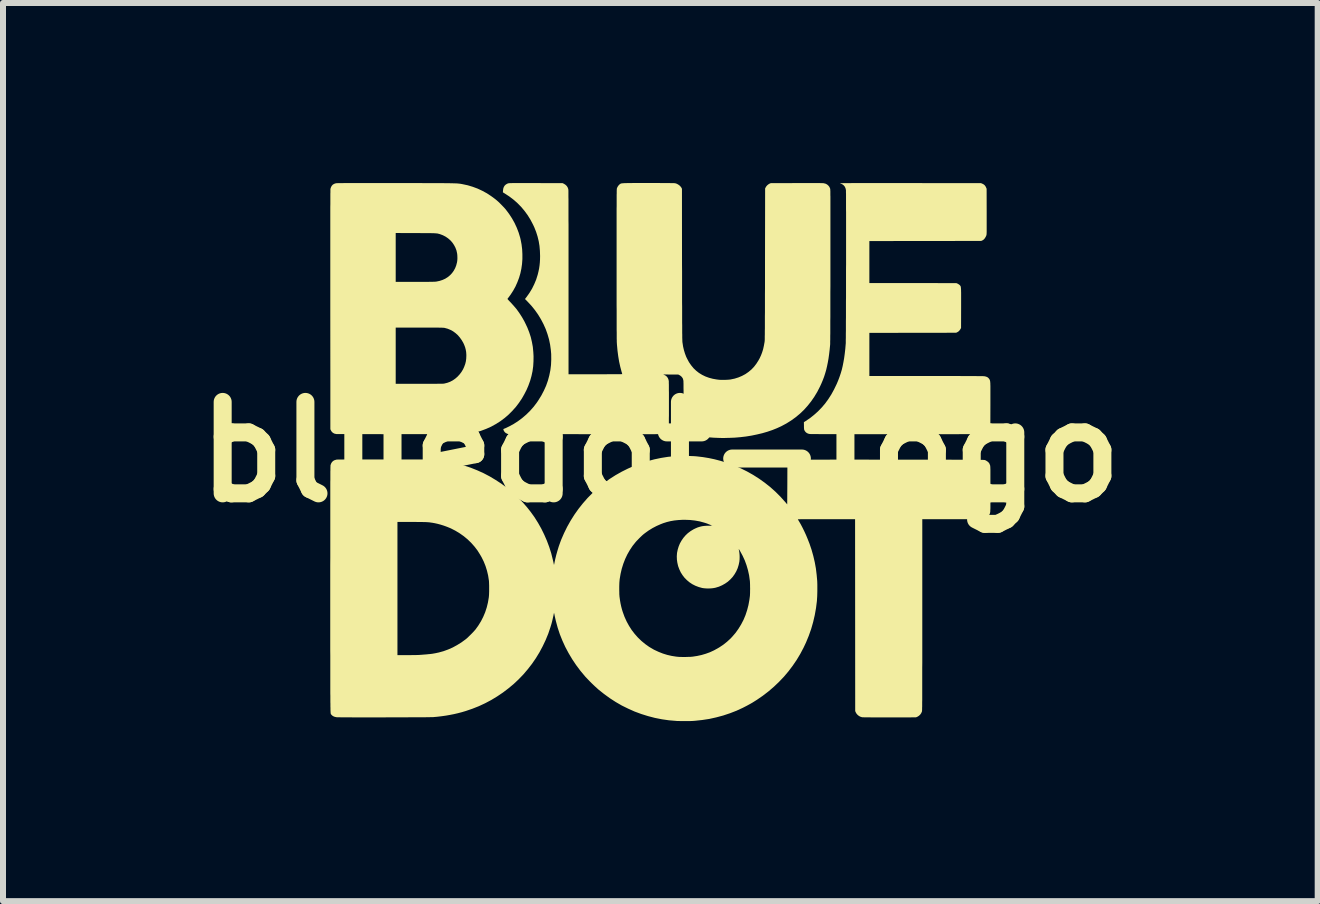
<source format=kicad_pcb>
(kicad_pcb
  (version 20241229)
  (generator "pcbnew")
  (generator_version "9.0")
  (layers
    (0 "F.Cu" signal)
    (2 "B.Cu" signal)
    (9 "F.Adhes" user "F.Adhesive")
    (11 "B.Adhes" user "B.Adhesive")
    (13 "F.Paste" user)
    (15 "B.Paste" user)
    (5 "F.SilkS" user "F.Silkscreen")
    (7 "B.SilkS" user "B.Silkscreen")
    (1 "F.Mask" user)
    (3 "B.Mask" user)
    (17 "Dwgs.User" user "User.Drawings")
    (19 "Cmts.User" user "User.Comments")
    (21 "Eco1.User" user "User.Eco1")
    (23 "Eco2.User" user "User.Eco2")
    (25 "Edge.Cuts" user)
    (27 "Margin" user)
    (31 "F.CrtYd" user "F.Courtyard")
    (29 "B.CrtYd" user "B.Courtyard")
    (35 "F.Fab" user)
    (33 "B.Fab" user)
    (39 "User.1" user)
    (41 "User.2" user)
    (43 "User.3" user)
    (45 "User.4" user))
  (footprint "bluedot-logo"
    (layer "F.Cu")
    (at 7.954 4.482)
    (property "Reference" "bluedot-logo" (at 0 0 0) (layer "F.SilkS") (effects (font (size 1.524 1.524) (thickness 0.3))))
    (attr board_only exclude_from_pos_files exclude_from_bom)
    (fp_poly (pts (xy 3.667 -4.481) (xy 3.745 -4.481) (xy 3.829 -4.481) (xy 3.919 -4.481) (xy 4.014 -4.481) (xy 4.116 -4.481) (xy 4.158 -4.481) (xy 5.343 -4.48) (xy 5.361 -4.473) (xy 5.385 -4.461) (xy 5.404 -4.446) (xy 5.419 -4.426) (xy 5.43 -4.403) (xy 5.437 -4.386) (xy 5.438 -4.008) (xy 5.438 -3.951) (xy 5.438 -3.899) (xy 5.438 -3.854) (xy 5.438 -3.813) (xy 5.438 -3.778) (xy 5.438 -3.747) (xy 5.438 -3.721) (xy 5.438 -3.699) (xy 5.438 -3.68) (xy 5.438 -3.664) (xy 5.437 -3.652) (xy 5.437 -3.641) (xy 5.436 -3.633) (xy 5.436 -3.626) (xy 5.435 -3.621) (xy 5.434 -3.617) (xy 5.434 -3.613) (xy 5.433 -3.61) (xy 5.432 -3.609) (xy 5.425 -3.592) (xy 5.415 -3.574) (xy 5.403 -3.556) (xy 5.391 -3.543) (xy 5.388 -3.54) (xy 5.378 -3.533) (xy 5.367 -3.526) (xy 5.362 -3.524) (xy 5.346 -3.517) (xy 4.414 -3.516) (xy 3.483 -3.515) (xy 3.483 -2.815) (xy 4.208 -2.815) (xy 4.933 -2.814) (xy 4.952 -2.806) (xy 4.971 -2.795) (xy 4.987 -2.783) (xy 4.991 -2.779) (xy 4.994 -2.775) (xy 4.997 -2.772) (xy 5 -2.768) (xy 5.003 -2.764) (xy 5.005 -2.758) (xy 5.006 -2.751) (xy 5.008 -2.742) (xy 5.009 -2.731) (xy 5.01 -2.717) (xy 5.011 -2.7) (xy 5.011 -2.68) (xy 5.012 -2.656) (xy 5.012 -2.628) (xy 5.012 -2.595) (xy 5.012 -2.558) (xy 5.012 -2.515) (xy 5.012 -2.466) (xy 5.012 -2.412) (xy 5.012 -2.4) (xy 5.011 -2.068) (xy 5.002 -2.05) (xy 4.988 -2.029) (xy 4.97 -2.01) (xy 4.95 -1.997) (xy 4.947 -1.996) (xy 4.929 -1.987) (xy 4.206 -1.986) (xy 3.483 -1.985) (xy 3.483 -1.266) (xy 4.426 -1.266) (xy 4.518 -1.266) (xy 4.607 -1.266) (xy 4.692 -1.266) (xy 4.773 -1.266) (xy 4.849 -1.266) (xy 4.922 -1.266) (xy 4.99 -1.266) (xy 5.053 -1.265) (xy 5.112 -1.265) (xy 5.165 -1.265) (xy 5.214 -1.265) (xy 5.257 -1.265) (xy 5.294 -1.264) (xy 5.326 -1.264) (xy 5.352 -1.264) (xy 5.373 -1.264) (xy 5.387 -1.263) (xy 5.395 -1.263) (xy 5.396 -1.263) (xy 5.424 -1.257) (xy 5.448 -1.248) (xy 5.467 -1.233) (xy 5.482 -1.215) (xy 5.486 -1.207) (xy 5.488 -1.203) (xy 5.49 -1.199) (xy 5.492 -1.194) (xy 5.493 -1.189) (xy 5.495 -1.182) (xy 5.496 -1.174) (xy 5.497 -1.165) (xy 5.498 -1.153) (xy 5.499 -1.139) (xy 5.499 -1.122) (xy 5.5 -1.102) (xy 5.5 -1.078) (xy 5.5 -1.05) (xy 5.5 -1.018) (xy 5.5 -0.982) (xy 5.5 -0.94) (xy 5.5 -0.893) (xy 5.5 -0.84) (xy 5.5 -0.781) (xy 5.5 -0.779) (xy 5.499 -0.404) (xy 5.488 -0.389) (xy 5.482 -0.38) (xy 5.479 -0.373) (xy 5.478 -0.37) (xy 5.476 -0.363) (xy 5.471 -0.353) (xy 5.465 -0.341) (xy 5.458 -0.331) (xy 5.453 -0.325) (xy 5.437 -0.314) (xy 5.415 -0.305) (xy 5.39 -0.3) (xy 5.389 -0.299) (xy 5.384 -0.299) (xy 5.373 -0.299) (xy 5.356 -0.299) (xy 5.333 -0.299) (xy 5.304 -0.298) (xy 5.271 -0.298) (xy 5.232 -0.298) (xy 5.189 -0.298) (xy 5.141 -0.298) (xy 5.089 -0.298) (xy 5.033 -0.298) (xy 4.973 -0.297) (xy 4.91 -0.297) (xy 4.844 -0.297) (xy 4.775 -0.297) (xy 4.703 -0.297) (xy 4.629 -0.297) (xy 4.552 -0.297) (xy 4.474 -0.297) (xy 4.394 -0.297) (xy 4.312 -0.297) (xy 4.23 -0.297) (xy 4.147 -0.297) (xy 4.062 -0.297) (xy 3.978 -0.297) (xy 3.894 -0.297) (xy 3.809 -0.297) (xy 3.725 -0.297) (xy 3.642 -0.297) (xy 3.559 -0.297) (xy 3.478 -0.297) (xy 3.398 -0.297) (xy 3.32 -0.297) (xy 3.244 -0.297) (xy 3.169 -0.297) (xy 3.098 -0.297) (xy 3.029 -0.297) (xy 2.963 -0.297) (xy 2.9 -0.298) (xy 2.841 -0.298) (xy 2.785 -0.298) (xy 2.733 -0.298) (xy 2.686 -0.298) (xy 2.643 -0.298) (xy 2.604 -0.299) (xy 2.571 -0.299) (xy 2.543 -0.299) (xy 2.521 -0.299) (xy 2.504 -0.299) (xy 2.493 -0.3) (xy 2.489 -0.3) (xy 2.462 -0.306) (xy 2.438 -0.318) (xy 2.419 -0.334) (xy 2.405 -0.354) (xy 2.403 -0.357) (xy 2.4 -0.364) (xy 2.397 -0.37) (xy 2.396 -0.377) (xy 2.395 -0.385) (xy 2.394 -0.396) (xy 2.393 -0.412) (xy 2.393 -0.432) (xy 2.393 -0.436) (xy 2.392 -0.497) (xy 2.419 -0.514) (xy 2.493 -0.564) (xy 2.562 -0.619) (xy 2.627 -0.677) (xy 2.688 -0.74) (xy 2.746 -0.808) (xy 2.799 -0.881) (xy 2.849 -0.959) (xy 2.895 -1.043) (xy 2.911 -1.076) (xy 2.939 -1.134) (xy 2.963 -1.191) (xy 2.985 -1.249) (xy 3.005 -1.308) (xy 3.023 -1.368) (xy 3.038 -1.431) (xy 3.051 -1.497) (xy 3.063 -1.566) (xy 3.073 -1.64) (xy 3.082 -1.718) (xy 3.089 -1.803) (xy 3.089 -1.805) (xy 3.09 -1.812) (xy 3.09 -1.825) (xy 3.09 -1.845) (xy 3.09 -1.869) (xy 3.091 -1.9) (xy 3.091 -1.935) (xy 3.091 -1.975) (xy 3.092 -2.02) (xy 3.092 -2.068) (xy 3.092 -2.121) (xy 3.092 -2.178) (xy 3.093 -2.238) (xy 3.093 -2.301) (xy 3.093 -2.367) (xy 3.093 -2.435) (xy 3.093 -2.506) (xy 3.094 -2.579) (xy 3.094 -2.654) (xy 3.094 -2.73) (xy 3.094 -2.807) (xy 3.094 -2.886) (xy 3.094 -2.965) (xy 3.094 -3.044) (xy 3.095 -3.124) (xy 3.095 -3.204) (xy 3.095 -3.283) (xy 3.095 -3.361) (xy 3.095 -3.439) (xy 3.095 -3.515) (xy 3.095 -3.59) (xy 3.095 -3.663) (xy 3.095 -3.734) (xy 3.095 -3.803) (xy 3.095 -3.869) (xy 3.095 -3.932) (xy 3.095 -3.992) (xy 3.094 -4.049) (xy 3.094 -4.101) (xy 3.094 -4.15) (xy 3.094 -4.195) (xy 3.094 -4.236) (xy 3.094 -4.271) (xy 3.094 -4.301) (xy 3.093 -4.327) (xy 3.093 -4.346) (xy 3.093 -4.36) (xy 3.092 -4.367) (xy 3.092 -4.368) (xy 3.085 -4.397) (xy 3.073 -4.422) (xy 3.058 -4.441) (xy 3.041 -4.455) (xy 3.022 -4.466) (xy 2.998 -4.475) (xy 2.994 -4.476) (xy 2.993 -4.476) (xy 2.992 -4.477) (xy 2.992 -4.477) (xy 2.992 -4.477) (xy 2.995 -4.478) (xy 2.998 -4.478) (xy 3.003 -4.478) (xy 3.01 -4.479) (xy 3.02 -4.479) (xy 3.031 -4.479) (xy 3.044 -4.48) (xy 3.061 -4.48) (xy 3.08 -4.48) (xy 3.102 -4.48) (xy 3.127 -4.48) (xy 3.155 -4.48) (xy 3.187 -4.481) (xy 3.223 -4.481) (xy 3.263 -4.481) (xy 3.307 -4.481) (xy 3.355 -4.481) (xy 3.407 -4.481) (xy 3.465 -4.481) (xy 3.527 -4.481) (xy 3.594 -4.481)) (stroke (width 0) (type solid)) (fill yes) (layer "F.SilkS"))
    (fp_poly (pts (xy -4.741 -4.481) (xy -4.653 -4.481) (xy -4.558 -4.481) (xy -4.457 -4.481) (xy -4.399 -4.481) (xy -4.303 -4.481) (xy -4.213 -4.481) (xy -4.13 -4.481) (xy -4.052 -4.481) (xy -3.98 -4.481) (xy -3.913 -4.48) (xy -3.852 -4.48) (xy -3.795 -4.48) (xy -3.743 -4.48) (xy -3.695 -4.48) (xy -3.652 -4.48) (xy -3.612 -4.48) (xy -3.576 -4.479) (xy -3.544 -4.479) (xy -3.515 -4.479) (xy -3.489 -4.478) (xy -3.466 -4.478) (xy -3.445 -4.477) (xy -3.427 -4.477) (xy -3.411 -4.476) (xy -3.397 -4.476) (xy -3.384 -4.475) (xy -3.373 -4.474) (xy -3.363 -4.473) (xy -3.353 -4.472) (xy -3.345 -4.471) (xy -3.337 -4.47) (xy -3.33 -4.469) (xy -3.322 -4.468) (xy -3.314 -4.466) (xy -3.306 -4.465) (xy -3.297 -4.463) (xy -3.292 -4.462) (xy -3.208 -4.444) (xy -3.126 -4.419) (xy -3.045 -4.389) (xy -2.966 -4.352) (xy -2.889 -4.31) (xy -2.815 -4.261) (xy -2.749 -4.212) (xy -2.727 -4.194) (xy -2.702 -4.172) (xy -2.676 -4.147) (xy -2.65 -4.121) (xy -2.625 -4.095) (xy -2.601 -4.07) (xy -2.581 -4.047) (xy -2.575 -4.04) (xy -2.521 -3.968) (xy -2.472 -3.893) (xy -2.429 -3.816) (xy -2.392 -3.736) (xy -2.361 -3.655) (xy -2.336 -3.572) (xy -2.328 -3.538) (xy -2.313 -3.46) (xy -2.303 -3.379) (xy -2.299 -3.297) (xy -2.299 -3.214) (xy -2.305 -3.132) (xy -2.316 -3.055) (xy -2.332 -2.979) (xy -2.354 -2.904) (xy -2.382 -2.83) (xy -2.414 -2.758) (xy -2.452 -2.689) (xy -2.494 -2.624) (xy -2.513 -2.598) (xy -2.523 -2.584) (xy -2.533 -2.571) (xy -2.541 -2.561) (xy -2.545 -2.555) (xy -2.547 -2.553) (xy -2.546 -2.55) (xy -2.543 -2.544) (xy -2.535 -2.535) (xy -2.524 -2.523) (xy -2.508 -2.506) (xy -2.501 -2.499) (xy -2.446 -2.439) (xy -2.395 -2.379) (xy -2.35 -2.316) (xy -2.308 -2.251) (xy -2.268 -2.181) (xy -2.254 -2.153) (xy -2.216 -2.073) (xy -2.185 -1.994) (xy -2.159 -1.914) (xy -2.14 -1.833) (xy -2.125 -1.751) (xy -2.117 -1.665) (xy -2.113 -1.596) (xy -2.114 -1.511) (xy -2.119 -1.428) (xy -2.13 -1.347) (xy -2.147 -1.268) (xy -2.169 -1.189) (xy -2.173 -1.178) (xy -2.199 -1.106) (xy -2.23 -1.034) (xy -2.267 -0.962) (xy -2.307 -0.892) (xy -2.351 -0.827) (xy -2.353 -0.823) (xy -2.407 -0.752) (xy -2.467 -0.685) (xy -2.53 -0.622) (xy -2.598 -0.564) (xy -2.669 -0.511) (xy -2.744 -0.464) (xy -2.822 -0.421) (xy -2.903 -0.385) (xy -2.986 -0.354) (xy -2.988 -0.353) (xy -3.031 -0.34) (xy -3.073 -0.329) (xy -3.116 -0.319) (xy -3.162 -0.311) (xy -3.213 -0.304) (xy -3.214 -0.304) (xy -3.218 -0.303) (xy -3.223 -0.303) (xy -3.229 -0.302) (xy -3.236 -0.302) (xy -3.243 -0.302) (xy -3.253 -0.301) (xy -3.264 -0.301) (xy -3.277 -0.3) (xy -3.291 -0.3) (xy -3.309 -0.3) (xy -3.328 -0.3) (xy -3.351 -0.299) (xy -3.376 -0.299) (xy -3.405 -0.299) (xy -3.437 -0.299) (xy -3.472 -0.299) (xy -3.511 -0.299) (xy -3.555 -0.298) (xy -3.602 -0.298) (xy -3.654 -0.298) (xy -3.711 -0.298) (xy -3.772 -0.298) (xy -3.839 -0.298) (xy -3.911 -0.298) (xy -3.988 -0.298) (xy -4.071 -0.298) (xy -4.16 -0.298) (xy -4.255 -0.298) (xy -4.321 -0.298) (xy -4.404 -0.298) (xy -4.485 -0.297) (xy -4.565 -0.297) (xy -4.642 -0.297) (xy -4.718 -0.298) (xy -4.79 -0.298) (xy -4.86 -0.298) (xy -4.927 -0.298) (xy -4.99 -0.298) (xy -5.05 -0.298) (xy -5.106 -0.298) (xy -5.158 -0.298) (xy -5.206 -0.298) (xy -5.249 -0.298) (xy -5.288 -0.299) (xy -5.321 -0.299) (xy -5.349 -0.299) (xy -5.372 -0.299) (xy -5.389 -0.299) (xy -5.399 -0.299) (xy -5.404 -0.3) (xy -5.431 -0.306) (xy -5.454 -0.318) (xy -5.473 -0.334) (xy -5.487 -0.355) (xy -5.488 -0.357) (xy -5.499 -0.379) (xy -5.499 -1.136) (xy -4.41 -1.136) (xy -4.018 -1.136) (xy -3.959 -1.136) (xy -3.905 -1.136) (xy -3.857 -1.136) (xy -3.814 -1.136) (xy -3.777 -1.136) (xy -3.744 -1.136) (xy -3.716 -1.137) (xy -3.692 -1.137) (xy -3.671 -1.137) (xy -3.654 -1.137) (xy -3.639 -1.138) (xy -3.627 -1.138) (xy -3.618 -1.139) (xy -3.61 -1.139) (xy -3.604 -1.14) (xy -3.598 -1.141) (xy -3.598 -1.141) (xy -3.55 -1.153) (xy -3.504 -1.17) (xy -3.46 -1.193) (xy -3.418 -1.222) (xy -3.38 -1.255) (xy -3.345 -1.293) (xy -3.314 -1.334) (xy -3.287 -1.379) (xy -3.269 -1.419) (xy -3.252 -1.465) (xy -3.241 -1.509) (xy -3.235 -1.554) (xy -3.233 -1.6) (xy -3.233 -1.622) (xy -3.236 -1.666) (xy -3.243 -1.706) (xy -3.253 -1.744) (xy -3.268 -1.784) (xy -3.282 -1.815) (xy -3.309 -1.862) (xy -3.34 -1.906) (xy -3.374 -1.946) (xy -3.413 -1.981) (xy -3.454 -2.011) (xy -3.498 -2.035) (xy -3.544 -2.054) (xy -3.592 -2.067) (xy -3.597 -2.068) (xy -3.601 -2.069) (xy -3.607 -2.07) (xy -3.614 -2.07) (xy -3.623 -2.071) (xy -3.634 -2.071) (xy -3.648 -2.072) (xy -3.664 -2.072) (xy -3.684 -2.072) (xy -3.707 -2.073) (xy -3.734 -2.073) (xy -3.766 -2.073) (xy -3.802 -2.073) (xy -3.843 -2.073) (xy -3.889 -2.073) (xy -3.941 -2.073) (xy -4 -2.073) (xy -4.017 -2.073) (xy -4.41 -2.073) (xy -4.41 -1.136) (xy -5.499 -1.136) (xy -5.5 -2.374) (xy -5.5 -2.518) (xy -5.5 -2.656) (xy -5.5 -2.788) (xy -5.5 -2.913) (xy -5.5 -3.032) (xy -5.5 -3.146) (xy -5.5 -3.253) (xy -5.5 -3.355) (xy -5.5 -3.451) (xy -5.5 -3.542) (xy -5.5 -3.628) (xy -5.5 -3.649) (xy -4.41 -3.649) (xy -4.41 -2.835) (xy -4.087 -2.835) (xy -4.032 -2.835) (xy -3.984 -2.835) (xy -3.941 -2.835) (xy -3.903 -2.835) (xy -3.87 -2.835) (xy -3.842 -2.836) (xy -3.818 -2.836) (xy -3.798 -2.836) (xy -3.781 -2.837) (xy -3.767 -2.837) (xy -3.755 -2.838) (xy -3.746 -2.838) (xy -3.738 -2.839) (xy -3.732 -2.84) (xy -3.732 -2.84) (xy -3.679 -2.851) (xy -3.63 -2.867) (xy -3.584 -2.888) (xy -3.543 -2.914) (xy -3.505 -2.945) (xy -3.472 -2.98) (xy -3.444 -3.019) (xy -3.42 -3.062) (xy -3.402 -3.108) (xy -3.389 -3.158) (xy -3.387 -3.168) (xy -3.384 -3.19) (xy -3.382 -3.217) (xy -3.382 -3.245) (xy -3.383 -3.273) (xy -3.385 -3.297) (xy -3.387 -3.311) (xy -3.398 -3.36) (xy -3.416 -3.407) (xy -3.439 -3.45) (xy -3.467 -3.491) (xy -3.5 -3.528) (xy -3.537 -3.56) (xy -3.578 -3.588) (xy -3.622 -3.611) (xy -3.663 -3.627) (xy -3.673 -3.63) (xy -3.682 -3.633) (xy -3.69 -3.635) (xy -3.698 -3.637) (xy -3.706 -3.639) (xy -3.714 -3.641) (xy -3.724 -3.642) (xy -3.735 -3.643) (xy -3.748 -3.644) (xy -3.763 -3.645) (xy -3.781 -3.646) (xy -3.802 -3.646) (xy -3.827 -3.647) (xy -3.855 -3.647) (xy -3.888 -3.647) (xy -3.926 -3.647) (xy -3.969 -3.647) (xy -4.018 -3.648) (xy -4.072 -3.648) (xy -4.074 -3.648) (xy -4.41 -3.649) (xy -5.5 -3.649) (xy -5.5 -3.708) (xy -5.5 -3.783) (xy -5.5 -3.853) (xy -5.5 -3.918) (xy -5.5 -3.978) (xy -5.5 -4.034) (xy -5.5 -4.085) (xy -5.499 -4.132) (xy -5.499 -4.174) (xy -5.499 -4.212) (xy -5.499 -4.246) (xy -5.499 -4.276) (xy -5.499 -4.303) (xy -5.498 -4.325) (xy -5.498 -4.344) (xy -5.498 -4.359) (xy -5.498 -4.371) (xy -5.498 -4.38) (xy -5.497 -4.385) (xy -5.497 -4.387) (xy -5.488 -4.414) (xy -5.475 -4.437) (xy -5.457 -4.456) (xy -5.434 -4.469) (xy -5.407 -4.478) (xy -5.403 -4.478) (xy -5.398 -4.479) (xy -5.389 -4.479) (xy -5.376 -4.48) (xy -5.358 -4.48) (xy -5.335 -4.48) (xy -5.308 -4.48) (xy -5.275 -4.481) (xy -5.238 -4.481) (xy -5.195 -4.481) (xy -5.147 -4.481) (xy -5.094 -4.481) (xy -5.035 -4.481) (xy -4.97 -4.481) (xy -4.9 -4.481) (xy -4.823 -4.481)) (stroke (width 0) (type solid)) (fill yes) (layer "F.SilkS"))
    (fp_poly (pts (xy -0.218 -4.482) (xy -0.196 -4.482) (xy -0.127 -4.482) (xy -0.065 -4.482) (xy -0.008 -4.482) (xy 0.042 -4.481) (xy 0.087 -4.481) (xy 0.126 -4.481) (xy 0.159 -4.481) (xy 0.187 -4.48) (xy 0.209 -4.48) (xy 0.226 -4.48) (xy 0.239 -4.479) (xy 0.246 -4.478) (xy 0.248 -4.478) (xy 0.271 -4.471) (xy 0.294 -4.459) (xy 0.316 -4.444) (xy 0.334 -4.427) (xy 0.348 -4.409) (xy 0.352 -4.402) (xy 0.36 -4.386) (xy 0.361 -3.125) (xy 0.362 -3.016) (xy 0.362 -2.914) (xy 0.362 -2.818) (xy 0.362 -2.728) (xy 0.362 -2.644) (xy 0.362 -2.565) (xy 0.362 -2.492) (xy 0.363 -2.424) (xy 0.363 -2.36) (xy 0.363 -2.302) (xy 0.363 -2.248) (xy 0.363 -2.198) (xy 0.363 -2.153) (xy 0.364 -2.111) (xy 0.364 -2.074) (xy 0.364 -2.039) (xy 0.364 -2.009) (xy 0.364 -1.981) (xy 0.365 -1.956) (xy 0.365 -1.935) (xy 0.365 -1.915) (xy 0.365 -1.899) (xy 0.366 -1.884) (xy 0.366 -1.871) (xy 0.366 -1.861) (xy 0.367 -1.852) (xy 0.367 -1.844) (xy 0.367 -1.837) (xy 0.368 -1.832) (xy 0.368 -1.827) (xy 0.369 -1.823) (xy 0.369 -1.823) (xy 0.379 -1.757) (xy 0.393 -1.697) (xy 0.41 -1.641) (xy 0.43 -1.588) (xy 0.446 -1.555) (xy 0.477 -1.497) (xy 0.513 -1.445) (xy 0.552 -1.397) (xy 0.596 -1.355) (xy 0.643 -1.318) (xy 0.695 -1.286) (xy 0.75 -1.259) (xy 0.81 -1.237) (xy 0.874 -1.22) (xy 0.942 -1.208) (xy 0.959 -1.206) (xy 0.983 -1.203) (xy 1.012 -1.202) (xy 1.043 -1.202) (xy 1.075 -1.202) (xy 1.106 -1.203) (xy 1.135 -1.205) (xy 1.159 -1.207) (xy 1.172 -1.209) (xy 1.239 -1.223) (xy 1.302 -1.243) (xy 1.361 -1.268) (xy 1.417 -1.298) (xy 1.469 -1.334) (xy 1.517 -1.374) (xy 1.561 -1.42) (xy 1.6 -1.471) (xy 1.635 -1.526) (xy 1.655 -1.562) (xy 1.678 -1.612) (xy 1.697 -1.662) (xy 1.713 -1.714) (xy 1.725 -1.769) (xy 1.736 -1.829) (xy 1.739 -1.852) (xy 1.739 -1.856) (xy 1.739 -1.864) (xy 1.74 -1.875) (xy 1.74 -1.89) (xy 1.74 -1.909) (xy 1.74 -1.931) (xy 1.741 -1.957) (xy 1.741 -1.987) (xy 1.741 -2.022) (xy 1.742 -2.061) (xy 1.742 -2.105) (xy 1.742 -2.153) (xy 1.742 -2.206) (xy 1.742 -2.264) (xy 1.743 -2.327) (xy 1.743 -2.396) (xy 1.743 -2.47) (xy 1.743 -2.549) (xy 1.743 -2.634) (xy 1.744 -2.725) (xy 1.744 -2.822) (xy 1.744 -2.925) (xy 1.744 -3.034) (xy 1.744 -3.138) (xy 1.746 -4.392) (xy 1.756 -4.411) (xy 1.768 -4.43) (xy 1.784 -4.447) (xy 1.803 -4.462) (xy 1.822 -4.473) (xy 1.841 -4.48) (xy 2.272 -4.481) (xy 2.342 -4.481) (xy 2.405 -4.481) (xy 2.462 -4.481) (xy 2.513 -4.481) (xy 2.559 -4.481) (xy 2.598 -4.481) (xy 2.632 -4.481) (xy 2.66 -4.481) (xy 2.683 -4.48) (xy 2.701 -4.48) (xy 2.714 -4.479) (xy 2.722 -4.479) (xy 2.724 -4.478) (xy 2.753 -4.471) (xy 2.778 -4.458) (xy 2.799 -4.44) (xy 2.816 -4.419) (xy 2.828 -4.393) (xy 2.83 -4.385) (xy 2.83 -4.383) (xy 2.831 -4.38) (xy 2.831 -4.376) (xy 2.832 -4.371) (xy 2.832 -4.364) (xy 2.832 -4.355) (xy 2.833 -4.345) (xy 2.833 -4.332) (xy 2.833 -4.318) (xy 2.833 -4.301) (xy 2.833 -4.281) (xy 2.834 -4.259) (xy 2.834 -4.233) (xy 2.834 -4.205) (xy 2.834 -4.173) (xy 2.834 -4.137) (xy 2.834 -4.098) (xy 2.834 -4.055) (xy 2.834 -4.007) (xy 2.834 -3.956) (xy 2.834 -3.9) (xy 2.834 -3.839) (xy 2.834 -3.773) (xy 2.834 -3.702) (xy 2.834 -3.626) (xy 2.834 -3.545) (xy 2.834 -3.458) (xy 2.834 -3.365) (xy 2.834 -3.266) (xy 2.834 -3.161) (xy 2.834 -3.096) (xy 2.834 -2.978) (xy 2.834 -2.866) (xy 2.834 -2.76) (xy 2.833 -2.66) (xy 2.833 -2.566) (xy 2.833 -2.478) (xy 2.833 -2.396) (xy 2.833 -2.32) (xy 2.833 -2.249) (xy 2.832 -2.184) (xy 2.832 -2.124) (xy 2.832 -2.07) (xy 2.832 -2.02) (xy 2.832 -1.976) (xy 2.831 -1.936) (xy 2.831 -1.902) (xy 2.831 -1.872) (xy 2.83 -1.846) (xy 2.83 -1.825) (xy 2.83 -1.809) (xy 2.83 -1.796) (xy 2.829 -1.788) (xy 2.829 -1.785) (xy 2.821 -1.703) (xy 2.812 -1.627) (xy 2.802 -1.556) (xy 2.79 -1.489) (xy 2.777 -1.426) (xy 2.763 -1.366) (xy 2.746 -1.308) (xy 2.728 -1.252) (xy 2.707 -1.197) (xy 2.684 -1.142) (xy 2.661 -1.092) (xy 2.616 -1.004) (xy 2.566 -0.921) (xy 2.513 -0.844) (xy 2.455 -0.771) (xy 2.393 -0.702) (xy 2.327 -0.639) (xy 2.256 -0.58) (xy 2.18 -0.525) (xy 2.1 -0.475) (xy 2.016 -0.43) (xy 1.944 -0.397) (xy 1.867 -0.366) (xy 1.785 -0.338) (xy 1.699 -0.313) (xy 1.61 -0.292) (xy 1.519 -0.273) (xy 1.426 -0.258) (xy 1.332 -0.247) (xy 1.238 -0.239) (xy 1.16 -0.236) (xy 1.138 -0.235) (xy 1.117 -0.235) (xy 1.098 -0.234) (xy 1.082 -0.234) (xy 1.072 -0.233) (xy 1.071 -0.233) (xy 1.062 -0.233) (xy 1.047 -0.233) (xy 1.028 -0.233) (xy 1.007 -0.234) (xy 0.984 -0.234) (xy 0.97 -0.235) (xy 0.892 -0.238) (xy 0.813 -0.244) (xy 0.733 -0.253) (xy 0.654 -0.264) (xy 0.577 -0.277) (xy 0.503 -0.292) (xy 0.433 -0.308) (xy 0.377 -0.324) (xy 0.349 -0.333) (xy 0.362 -0.351) (xy 0.365 -0.356) (xy 0.368 -0.36) (xy 0.371 -0.364) (xy 0.374 -0.368) (xy 0.376 -0.373) (xy 0.378 -0.379) (xy 0.38 -0.385) (xy 0.381 -0.394) (xy 0.382 -0.404) (xy 0.383 -0.417) (xy 0.384 -0.432) (xy 0.385 -0.45) (xy 0.385 -0.472) (xy 0.385 -0.497) (xy 0.386 -0.527) (xy 0.386 -0.561) (xy 0.386 -0.6) (xy 0.386 -0.644) (xy 0.386 -0.694) (xy 0.387 -0.749) (xy 0.387 -0.784) (xy 0.387 -0.854) (xy 0.387 -0.917) (xy 0.387 -0.973) (xy 0.387 -1.023) (xy 0.386 -1.066) (xy 0.386 -1.103) (xy 0.386 -1.134) (xy 0.385 -1.158) (xy 0.385 -1.175) (xy 0.384 -1.186) (xy 0.384 -1.189) (xy 0.381 -1.203) (xy 0.377 -1.217) (xy 0.374 -1.226) (xy 0.363 -1.243) (xy 0.348 -1.26) (xy 0.33 -1.274) (xy 0.316 -1.282) (xy 0.298 -1.291) (xy 0.173 -1.291) (xy 0.047 -1.292) (xy 0.066 -1.284) (xy 0.091 -1.271) (xy 0.111 -1.253) (xy 0.126 -1.23) (xy 0.136 -1.205) (xy 0.14 -1.184) (xy 0.141 -1.177) (xy 0.141 -1.164) (xy 0.141 -1.146) (xy 0.142 -1.122) (xy 0.142 -1.094) (xy 0.142 -1.063) (xy 0.142 -1.028) (xy 0.143 -0.99) (xy 0.143 -0.949) (xy 0.143 -0.907) (xy 0.143 -0.864) (xy 0.143 -0.82) (xy 0.143 -0.775) (xy 0.143 -0.731) (xy 0.143 -0.688) (xy 0.143 -0.646) (xy 0.143 -0.606) (xy 0.142 -0.568) (xy 0.142 -0.533) (xy 0.142 -0.501) (xy 0.142 -0.473) (xy 0.141 -0.45) (xy 0.141 -0.431) (xy 0.14 -0.418) (xy 0.14 -0.411) (xy 0.14 -0.411) (xy 0.133 -0.383) (xy 0.122 -0.357) (xy 0.105 -0.335) (xy 0.085 -0.318) (xy 0.061 -0.305) (xy 0.042 -0.3) (xy 0.039 -0.299) (xy 0.032 -0.299) (xy 0.022 -0.299) (xy 0.009 -0.298) (xy -0.009 -0.298) (xy -0.03 -0.298) (xy -0.055 -0.298) (xy -0.085 -0.297) (xy -0.118 -0.297) (xy -0.157 -0.297) (xy -0.199 -0.297) (xy -0.247 -0.297) (xy -0.299 -0.297) (xy -0.356 -0.297) (xy -0.418 -0.297) (xy -0.486 -0.297) (xy -0.559 -0.297) (xy -0.637 -0.297) (xy -0.721 -0.297) (xy -0.811 -0.297) (xy -0.907 -0.297) (xy -1.009 -0.297) (xy -1.117 -0.297) (xy -1.232 -0.297) (xy -1.256 -0.297) (xy -2.537 -0.298) (xy -2.556 -0.306) (xy -2.577 -0.317) (xy -2.594 -0.333) (xy -2.607 -0.351) (xy -2.615 -0.372) (xy -2.616 -0.373) (xy -2.616 -0.379) (xy -2.615 -0.382) (xy -2.61 -0.385) (xy -2.6 -0.389) (xy -2.598 -0.39) (xy -2.585 -0.395) (xy -2.567 -0.403) (xy -2.547 -0.413) (xy -2.524 -0.424) (xy -2.502 -0.435) (xy -2.481 -0.447) (xy -2.462 -0.457) (xy -2.454 -0.461) (xy -2.377 -0.51) (xy -2.304 -0.564) (xy -2.235 -0.623) (xy -2.17 -0.687) (xy -2.11 -0.755) (xy -2.055 -0.828) (xy -2.033 -0.861) (xy -1.984 -0.94) (xy -1.941 -1.022) (xy -1.904 -1.104) (xy -1.874 -1.189) (xy -1.851 -1.274) (xy -1.833 -1.362) (xy -1.822 -1.45) (xy -1.818 -1.541) (xy -1.819 -1.632) (xy -1.825 -1.701) (xy -1.837 -1.789) (xy -1.855 -1.876) (xy -1.88 -1.962) (xy -1.91 -2.047) (xy -1.947 -2.13) (xy -1.989 -2.21) (xy -2.036 -2.288) (xy -2.089 -2.363) (xy -2.146 -2.434) (xy -2.209 -2.502) (xy -2.216 -2.509) (xy -2.256 -2.549) (xy -2.23 -2.582) (xy -2.181 -2.651) (xy -2.138 -2.722) (xy -2.101 -2.797) (xy -2.069 -2.874) (xy -2.044 -2.954) (xy -2.03 -3.011) (xy -2.02 -3.06) (xy -2.013 -3.108) (xy -2.008 -3.158) (xy -2.005 -3.211) (xy -2.004 -3.266) (xy -2.007 -3.352) (xy -2.014 -3.434) (xy -2.027 -3.513) (xy -2.046 -3.591) (xy -2.07 -3.667) (xy -2.1 -3.743) (xy -2.122 -3.79) (xy -2.164 -3.87) (xy -2.211 -3.946) (xy -2.263 -4.017) (xy -2.319 -4.084) (xy -2.381 -4.147) (xy -2.447 -4.205) (xy -2.518 -4.259) (xy -2.593 -4.308) (xy -2.595 -4.309) (xy -2.624 -4.327) (xy -2.622 -4.356) (xy -2.618 -4.388) (xy -2.609 -4.415) (xy -2.595 -4.438) (xy -2.576 -4.456) (xy -2.553 -4.47) (xy -2.535 -4.477) (xy -2.532 -4.477) (xy -2.528 -4.478) (xy -2.523 -4.479) (xy -2.516 -4.479) (xy -2.508 -4.48) (xy -2.497 -4.48) (xy -2.483 -4.48) (xy -2.467 -4.481) (xy -2.447 -4.481) (xy -2.424 -4.481) (xy -2.397 -4.481) (xy -2.366 -4.481) (xy -2.33 -4.481) (xy -2.29 -4.481) (xy -2.244 -4.481) (xy -2.193 -4.481) (xy -2.136 -4.481) (xy -2.073 -4.481) (xy -1.629 -4.48) (xy -1.606 -4.469) (xy -1.581 -4.453) (xy -1.56 -4.433) (xy -1.545 -4.41) (xy -1.535 -4.383) (xy -1.533 -4.37) (xy -1.533 -4.366) (xy -1.532 -4.355) (xy -1.532 -4.337) (xy -1.532 -4.314) (xy -1.532 -4.285) (xy -1.532 -4.25) (xy -1.531 -4.21) (xy -1.531 -4.164) (xy -1.531 -4.113) (xy -1.531 -4.058) (xy -1.531 -3.997) (xy -1.531 -3.931) (xy -1.531 -3.861) (xy -1.53 -3.787) (xy -1.53 -3.709) (xy -1.53 -3.626) (xy -1.53 -3.539) (xy -1.53 -3.449) (xy -1.53 -3.356) (xy -1.53 -3.259) (xy -1.53 -3.158) (xy -1.53 -3.055) (xy -1.53 -2.949) (xy -1.53 -2.84) (xy -1.53 -2.823) (xy -1.53 -1.295) (xy -1.082 -1.295) (xy -1.029 -1.295) (xy -0.977 -1.295) (xy -0.928 -1.295) (xy -0.881 -1.296) (xy -0.837 -1.296) (xy -0.796 -1.296) (xy -0.759 -1.296) (xy -0.727 -1.296) (xy -0.698 -1.296) (xy -0.674 -1.296) (xy -0.656 -1.297) (xy -0.643 -1.297) (xy -0.636 -1.297) (xy -0.635 -1.297) (xy -0.636 -1.301) (xy -0.638 -1.309) (xy -0.641 -1.322) (xy -0.646 -1.336) (xy -0.646 -1.337) (xy -0.668 -1.42) (xy -0.687 -1.506) (xy -0.702 -1.596) (xy -0.714 -1.689) (xy -0.723 -1.788) (xy -0.726 -1.837) (xy -0.726 -1.847) (xy -0.726 -1.862) (xy -0.727 -1.884) (xy -0.727 -1.913) (xy -0.727 -1.947) (xy -0.727 -1.988) (xy -0.728 -2.034) (xy -0.728 -2.087) (xy -0.728 -2.146) (xy -0.728 -2.21) (xy -0.728 -2.28) (xy -0.728 -2.356) (xy -0.729 -2.438) (xy -0.729 -2.525) (xy -0.729 -2.617) (xy -0.729 -2.715) (xy -0.729 -2.818) (xy -0.729 -2.927) (xy -0.729 -3.04) (xy -0.729 -3.138) (xy -0.729 -3.246) (xy -0.729 -3.347) (xy -0.729 -3.442) (xy -0.729 -3.532) (xy -0.729 -3.615) (xy -0.729 -3.693) (xy -0.729 -3.766) (xy -0.729 -3.834) (xy -0.729 -3.896) (xy -0.729 -3.954) (xy -0.729 -4.007) (xy -0.729 -4.056) (xy -0.728 -4.1) (xy -0.728 -4.141) (xy -0.728 -4.177) (xy -0.728 -4.21) (xy -0.728 -4.239) (xy -0.728 -4.266) (xy -0.728 -4.289) (xy -0.727 -4.309) (xy -0.727 -4.326) (xy -0.727 -4.341) (xy -0.727 -4.354) (xy -0.726 -4.365) (xy -0.726 -4.373) (xy -0.726 -4.38) (xy -0.725 -4.385) (xy -0.725 -4.389) (xy -0.724 -4.392) (xy -0.724 -4.393) (xy -0.717 -4.41) (xy -0.707 -4.428) (xy -0.694 -4.445) (xy -0.681 -4.458) (xy -0.677 -4.461) (xy -0.673 -4.464) (xy -0.669 -4.467) (xy -0.666 -4.469) (xy -0.662 -4.471) (xy -0.657 -4.473) (xy -0.651 -4.475) (xy -0.644 -4.476) (xy -0.636 -4.477) (xy -0.625 -4.478) (xy -0.612 -4.479) (xy -0.597 -4.48) (xy -0.578 -4.48) (xy -0.556 -4.481) (xy -0.53 -4.481) (xy -0.5 -4.481) (xy -0.466 -4.482) (xy -0.427 -4.482) (xy -0.383 -4.482) (xy -0.334 -4.482) (xy -0.279 -4.482)) (stroke (width 0) (type solid)) (fill yes) (layer "F.SilkS"))
    (fp_poly (pts (xy 0.474 0.066) (xy 0.525 0.068) (xy 0.572 0.07) (xy 0.607 0.073) (xy 0.708 0.085) (xy 0.806 0.101) (xy 0.901 0.121) (xy 0.997 0.146) (xy 1.094 0.175) (xy 1.118 0.183) (xy 1.23 0.225) (xy 1.339 0.272) (xy 1.444 0.324) (xy 1.547 0.382) (xy 1.646 0.445) (xy 1.741 0.513) (xy 1.833 0.586) (xy 1.92 0.664) (xy 2.002 0.746) (xy 2.08 0.833) (xy 2.083 0.836) (xy 2.114 0.873) (xy 2.116 0.546) (xy 2.117 0.22) (xy 2.128 0.198) (xy 2.143 0.175) (xy 2.162 0.156) (xy 2.186 0.141) (xy 2.214 0.132) (xy 2.223 0.13) (xy 2.227 0.13) (xy 2.235 0.13) (xy 2.248 0.129) (xy 2.265 0.129) (xy 2.286 0.129) (xy 2.312 0.129) (xy 2.343 0.129) (xy 2.379 0.128) (xy 2.419 0.128) (xy 2.465 0.128) (xy 2.516 0.128) (xy 2.572 0.128) (xy 2.633 0.128) (xy 2.699 0.128) (xy 2.772 0.128) (xy 2.849 0.127) (xy 2.932 0.127) (xy 3.021 0.127) (xy 3.116 0.127) (xy 3.217 0.127) (xy 3.324 0.127) (xy 3.437 0.127) (xy 3.556 0.128) (xy 3.682 0.128) (xy 3.814 0.128) (xy 3.818 0.128) (xy 3.939 0.128) (xy 4.053 0.128) (xy 4.162 0.128) (xy 4.264 0.128) (xy 4.361 0.128) (xy 4.452 0.128) (xy 4.537 0.128) (xy 4.617 0.128) (xy 4.692 0.128) (xy 4.762 0.128) (xy 4.828 0.128) (xy 4.888 0.129) (xy 4.945 0.129) (xy 4.997 0.129) (xy 5.044 0.129) (xy 5.088 0.129) (xy 5.129 0.129) (xy 5.165 0.129) (xy 5.198 0.129) (xy 5.228 0.13) (xy 5.255 0.13) (xy 5.279 0.13) (xy 5.301 0.13) (xy 5.319 0.13) (xy 5.336 0.131) (xy 5.35 0.131) (xy 5.362 0.131) (xy 5.372 0.131) (xy 5.381 0.132) (xy 5.388 0.132) (xy 5.394 0.132) (xy 5.398 0.133) (xy 5.402 0.133) (xy 5.404 0.133) (xy 5.407 0.134) (xy 5.408 0.134) (xy 5.409 0.134) (xy 5.427 0.143) (xy 5.445 0.154) (xy 5.462 0.167) (xy 5.475 0.181) (xy 5.477 0.183) (xy 5.484 0.195) (xy 5.49 0.21) (xy 5.494 0.22) (xy 5.495 0.224) (xy 5.496 0.227) (xy 5.497 0.231) (xy 5.497 0.236) (xy 5.498 0.242) (xy 5.498 0.25) (xy 5.499 0.26) (xy 5.499 0.272) (xy 5.5 0.287) (xy 5.5 0.305) (xy 5.5 0.327) (xy 5.5 0.352) (xy 5.5 0.382) (xy 5.5 0.416) (xy 5.5 0.455) (xy 5.5 0.5) (xy 5.501 0.55) (xy 5.501 0.606) (xy 5.501 0.618) (xy 5.501 0.677) (xy 5.501 0.73) (xy 5.501 0.776) (xy 5.5 0.818) (xy 5.5 0.854) (xy 5.5 0.886) (xy 5.5 0.913) (xy 5.5 0.937) (xy 5.499 0.957) (xy 5.498 0.974) (xy 5.498 0.988) (xy 5.497 0.999) (xy 5.495 1.009) (xy 5.494 1.017) (xy 5.492 1.023) (xy 5.49 1.029) (xy 5.488 1.034) (xy 5.486 1.038) (xy 5.483 1.043) (xy 5.48 1.048) (xy 5.479 1.05) (xy 5.464 1.073) (xy 5.447 1.091) (xy 5.428 1.104) (xy 5.406 1.113) (xy 5.406 1.113) (xy 5.403 1.114) (xy 5.4 1.115) (xy 5.396 1.116) (xy 5.392 1.116) (xy 5.386 1.117) (xy 5.378 1.117) (xy 5.369 1.118) (xy 5.358 1.118) (xy 5.344 1.118) (xy 5.327 1.119) (xy 5.307 1.119) (xy 5.284 1.119) (xy 5.257 1.119) (xy 5.226 1.119) (xy 5.191 1.119) (xy 5.151 1.12) (xy 5.106 1.12) (xy 5.055 1.12) (xy 4.999 1.12) (xy 4.937 1.12) (xy 4.875 1.12) (xy 4.365 1.12) (xy 4.365 2.713) (xy 4.365 2.834) (xy 4.365 2.949) (xy 4.365 3.058) (xy 4.365 3.162) (xy 4.365 3.259) (xy 4.365 3.35) (xy 4.365 3.437) (xy 4.365 3.517) (xy 4.364 3.593) (xy 4.364 3.664) (xy 4.364 3.73) (xy 4.364 3.791) (xy 4.364 3.848) (xy 4.364 3.901) (xy 4.364 3.949) (xy 4.364 3.994) (xy 4.364 4.034) (xy 4.364 4.072) (xy 4.364 4.105) (xy 4.364 4.136) (xy 4.363 4.163) (xy 4.363 4.188) (xy 4.363 4.21) (xy 4.363 4.229) (xy 4.363 4.246) (xy 4.362 4.261) (xy 4.362 4.273) (xy 4.362 4.284) (xy 4.362 4.293) (xy 4.361 4.3) (xy 4.361 4.307) (xy 4.361 4.312) (xy 4.36 4.316) (xy 4.36 4.319) (xy 4.359 4.321) (xy 4.359 4.323) (xy 4.359 4.325) (xy 4.359 4.325) (xy 4.347 4.352) (xy 4.33 4.376) (xy 4.309 4.396) (xy 4.285 4.411) (xy 4.278 4.414) (xy 4.259 4.422) (xy 3.821 4.423) (xy 3.751 4.423) (xy 3.688 4.423) (xy 3.631 4.423) (xy 3.58 4.423) (xy 3.535 4.423) (xy 3.495 4.422) (xy 3.461 4.422) (xy 3.432 4.422) (xy 3.408 4.422) (xy 3.39 4.421) (xy 3.376 4.421) (xy 3.366 4.42) (xy 3.362 4.42) (xy 3.335 4.412) (xy 3.31 4.399) (xy 3.287 4.381) (xy 3.268 4.359) (xy 3.257 4.34) (xy 3.247 4.317) (xy 3.246 2.719) (xy 3.245 1.12) (xy 2.768 1.12) (xy 2.713 1.12) (xy 2.66 1.12) (xy 2.608 1.12) (xy 2.56 1.12) (xy 2.514 1.12) (xy 2.471 1.12) (xy 2.433 1.12) (xy 2.398 1.12) (xy 2.367 1.12) (xy 2.341 1.12) (xy 2.32 1.121) (xy 2.305 1.121) (xy 2.295 1.121) (xy 2.291 1.121) (xy 2.291 1.121) (xy 2.293 1.124) (xy 2.297 1.132) (xy 2.303 1.143) (xy 2.309 1.152) (xy 2.339 1.204) (xy 2.369 1.261) (xy 2.399 1.322) (xy 2.428 1.385) (xy 2.455 1.45) (xy 2.48 1.514) (xy 2.485 1.526) (xy 2.52 1.63) (xy 2.549 1.733) (xy 2.573 1.836) (xy 2.592 1.941) (xy 2.605 2.048) (xy 2.614 2.15) (xy 2.615 2.177) (xy 2.616 2.209) (xy 2.616 2.244) (xy 2.616 2.282) (xy 2.616 2.322) (xy 2.615 2.361) (xy 2.614 2.398) (xy 2.612 2.432) (xy 2.61 2.463) (xy 2.609 2.482) (xy 2.594 2.601) (xy 2.573 2.719) (xy 2.546 2.835) (xy 2.513 2.95) (xy 2.473 3.063) (xy 2.427 3.175) (xy 2.387 3.26) (xy 2.332 3.364) (xy 2.272 3.464) (xy 2.206 3.561) (xy 2.135 3.655) (xy 2.059 3.745) (xy 1.977 3.831) (xy 1.892 3.912) (xy 1.801 3.99) (xy 1.706 4.063) (xy 1.607 4.131) (xy 1.532 4.178) (xy 1.506 4.193) (xy 1.475 4.21) (xy 1.442 4.228) (xy 1.407 4.246) (xy 1.372 4.264) (xy 1.337 4.28) (xy 1.306 4.295) (xy 1.278 4.307) (xy 1.275 4.309) (xy 1.162 4.353) (xy 1.048 4.391) (xy 0.933 4.422) (xy 0.816 4.448) (xy 0.698 4.466) (xy 0.578 4.479) (xy 0.538 4.482) (xy 0.514 4.483) (xy 0.484 4.484) (xy 0.451 4.484) (xy 0.416 4.484) (xy 0.38 4.484) (xy 0.346 4.484) (xy 0.313 4.483) (xy 0.284 4.483) (xy 0.262 4.481) (xy 0.143 4.471) (xy 0.025 4.454) (xy -0.091 4.431) (xy -0.206 4.401) (xy -0.318 4.366) (xy -0.429 4.325) (xy -0.536 4.277) (xy -0.642 4.225) (xy -0.744 4.166) (xy -0.843 4.102) (xy -0.939 4.032) (xy -1.032 3.958) (xy -1.085 3.91) (xy -1.103 3.893) (xy -1.124 3.873) (xy -1.147 3.851) (xy -1.171 3.827) (xy -1.194 3.803) (xy -1.216 3.78) (xy -1.236 3.759) (xy -1.253 3.741) (xy -1.257 3.736) (xy -1.333 3.645) (xy -1.404 3.55) (xy -1.469 3.453) (xy -1.529 3.352) (xy -1.584 3.249) (xy -1.632 3.144) (xy -1.675 3.037) (xy -1.711 2.928) (xy -1.741 2.817) (xy -1.759 2.738) (xy -1.763 2.719) (xy -1.766 2.703) (xy -1.769 2.691) (xy -1.771 2.683) (xy -1.772 2.68) (xy -1.773 2.682) (xy -1.774 2.69) (xy -1.777 2.702) (xy -1.78 2.717) (xy -1.78 2.719) (xy -1.787 2.75) (xy -1.795 2.786) (xy -1.804 2.824) (xy -1.814 2.862) (xy -1.825 2.898) (xy -1.831 2.918) (xy -1.868 3.028) (xy -1.912 3.135) (xy -1.961 3.238) (xy -2.015 3.339) (xy -2.075 3.437) (xy -2.139 3.53) (xy -2.209 3.62) (xy -2.283 3.707) (xy -2.362 3.789) (xy -2.445 3.867) (xy -2.533 3.94) (xy -2.624 4.009) (xy -2.719 4.073) (xy -2.818 4.133) (xy -2.92 4.187) (xy -3.025 4.236) (xy -3.134 4.279) (xy -3.242 4.316) (xy -3.309 4.336) (xy -3.374 4.353) (xy -3.439 4.368) (xy -3.505 4.381) (xy -3.573 4.393) (xy -3.644 4.403) (xy -3.719 4.412) (xy -3.777 4.417) (xy -3.785 4.418) (xy -3.799 4.418) (xy -3.819 4.418) (xy -3.844 4.419) (xy -3.874 4.419) (xy -3.909 4.42) (xy -3.948 4.42) (xy -3.991 4.42) (xy -4.038 4.42) (xy -4.088 4.421) (xy -4.141 4.421) (xy -4.197 4.421) (xy -4.254 4.422) (xy -4.314 4.422) (xy -4.375 4.422) (xy -4.437 4.422) (xy -4.5 4.422) (xy -4.564 4.422) (xy -4.627 4.423) (xy -4.691 4.423) (xy -4.754 4.423) (xy -4.815 4.423) (xy -4.876 4.423) (xy -4.935 4.423) (xy -4.992 4.423) (xy -5.047 4.423) (xy -5.099 4.423) (xy -5.147 4.422) (xy -5.193 4.422) (xy -5.235 4.422) (xy -5.272 4.422) (xy -5.306 4.422) (xy -5.334 4.421) (xy -5.357 4.421) (xy -5.375 4.421) (xy -5.387 4.42) (xy -5.393 4.42) (xy -5.424 4.414) (xy -5.449 4.404) (xy -5.469 4.391) (xy -5.483 4.376) (xy -5.484 4.375) (xy -5.485 4.373) (xy -5.487 4.372) (xy -5.488 4.372) (xy -5.489 4.371) (xy -5.489 4.369) (xy -5.49 4.368) (xy -5.491 4.366) (xy -5.492 4.363) (xy -5.493 4.359) (xy -5.493 4.355) (xy -5.494 4.349) (xy -5.495 4.342) (xy -5.495 4.333) (xy -5.496 4.323) (xy -5.496 4.311) (xy -5.497 4.298) (xy -5.497 4.282) (xy -5.497 4.264) (xy -5.498 4.244) (xy -5.498 4.221) (xy -5.498 4.196) (xy -5.499 4.168) (xy -5.499 4.137) (xy -5.499 4.102) (xy -5.499 4.065) (xy -5.5 4.024) (xy -5.5 3.98) (xy -5.5 3.932) (xy -5.5 3.88) (xy -5.5 3.825) (xy -5.5 3.765) (xy -5.5 3.701) (xy -5.5 3.632) (xy -5.5 3.559) (xy -5.5 3.481) (xy -5.5 3.398) (xy -5.501 3.31) (xy -5.501 3.217) (xy -5.501 3.119) (xy -5.501 3.015) (xy -5.501 2.906) (xy -5.501 2.791) (xy -5.501 2.67) (xy -5.501 2.543) (xy -5.501 2.409) (xy -5.501 2.282) (xy -5.501 2.142) (xy -5.501 2.01) (xy -5.501 1.883) (xy -5.5 1.763) (xy -5.5 1.648) (xy -5.5 1.539) (xy -5.5 1.436) (xy -5.5 1.339) (xy -5.5 1.246) (xy -5.5 1.165) (xy -4.381 1.165) (xy -4.381 3.385) (xy -4.22 3.385) (xy -4.168 3.385) (xy -4.123 3.384) (xy -4.083 3.384) (xy -4.048 3.383) (xy -4.018 3.382) (xy -3.993 3.38) (xy -3.989 3.38) (xy -3.942 3.376) (xy -3.9 3.373) (xy -3.863 3.369) (xy -3.829 3.366) (xy -3.799 3.362) (xy -3.77 3.357) (xy -3.743 3.352) (xy -3.716 3.346) (xy -3.692 3.341) (xy -3.613 3.319) (xy -3.536 3.291) (xy -3.459 3.257) (xy -3.386 3.217) (xy -3.315 3.173) (xy -3.248 3.124) (xy -3.245 3.122) (xy -3.228 3.108) (xy -3.208 3.09) (xy -3.187 3.069) (xy -3.164 3.047) (xy -3.141 3.024) (xy -3.12 3.002) (xy -3.101 2.981) (xy -3.085 2.963) (xy -3.079 2.956) (xy -3.031 2.889) (xy -2.988 2.819) (xy -2.951 2.746) (xy -2.919 2.67) (xy -2.893 2.59) (xy -2.873 2.508) (xy -2.859 2.425) (xy -2.857 2.406) (xy -2.855 2.382) (xy -2.854 2.354) (xy -2.853 2.323) (xy -2.853 2.291) (xy -2.853 2.275) (xy -0.685 2.275) (xy -0.685 2.308) (xy -0.684 2.339) (xy -0.684 2.368) (xy -0.682 2.393) (xy -0.681 2.409) (xy -0.673 2.467) (xy -0.664 2.521) (xy -0.653 2.572) (xy -0.64 2.623) (xy -0.626 2.667) (xy -0.597 2.747) (xy -0.562 2.824) (xy -0.522 2.897) (xy -0.478 2.966) (xy -0.428 3.031) (xy -0.374 3.092) (xy -0.316 3.148) (xy -0.253 3.2) (xy -0.187 3.247) (xy -0.116 3.289) (xy -0.099 3.298) (xy -0.028 3.331) (xy 0.043 3.359) (xy 0.114 3.381) (xy 0.188 3.398) (xy 0.264 3.41) (xy 0.304 3.414) (xy 0.32 3.415) (xy 0.341 3.415) (xy 0.365 3.416) (xy 0.392 3.416) (xy 0.42 3.416) (xy 0.448 3.415) (xy 0.475 3.414) (xy 0.499 3.414) (xy 0.519 3.412) (xy 0.534 3.411) (xy 0.534 3.411) (xy 0.612 3.399) (xy 0.686 3.383) (xy 0.757 3.362) (xy 0.826 3.337) (xy 0.893 3.306) (xy 0.906 3.299) (xy 0.979 3.258) (xy 1.047 3.213) (xy 1.11 3.163) (xy 1.169 3.109) (xy 1.199 3.077) (xy 1.254 3.013) (xy 1.303 2.944) (xy 1.347 2.872) (xy 1.386 2.797) (xy 1.419 2.718) (xy 1.446 2.636) (xy 1.468 2.551) (xy 1.484 2.463) (xy 1.491 2.41) (xy 1.493 2.392) (xy 1.494 2.368) (xy 1.495 2.341) (xy 1.495 2.311) (xy 1.496 2.279) (xy 1.495 2.248) (xy 1.495 2.217) (xy 1.494 2.189) (xy 1.493 2.165) (xy 1.492 2.146) (xy 1.491 2.143) (xy 1.479 2.055) (xy 1.46 1.969) (xy 1.436 1.887) (xy 1.407 1.807) (xy 1.371 1.729) (xy 1.33 1.653) (xy 1.327 1.648) (xy 1.319 1.635) (xy 1.313 1.625) (xy 1.308 1.618) (xy 1.306 1.616) (xy 1.306 1.616) (xy 1.306 1.619) (xy 1.308 1.627) (xy 1.31 1.639) (xy 1.312 1.647) (xy 1.316 1.672) (xy 1.319 1.7) (xy 1.321 1.731) (xy 1.321 1.763) (xy 1.32 1.793) (xy 1.317 1.82) (xy 1.317 1.825) (xy 1.305 1.882) (xy 1.288 1.937) (xy 1.265 1.989) (xy 1.237 2.037) (xy 1.204 2.083) (xy 1.166 2.124) (xy 1.125 2.161) (xy 1.079 2.193) (xy 1.029 2.221) (xy 0.977 2.244) (xy 0.921 2.261) (xy 0.897 2.266) (xy 0.871 2.27) (xy 0.841 2.273) (xy 0.809 2.274) (xy 0.775 2.274) (xy 0.744 2.272) (xy 0.715 2.269) (xy 0.697 2.266) (xy 0.639 2.25) (xy 0.584 2.229) (xy 0.533 2.203) (xy 0.486 2.172) (xy 0.443 2.136) (xy 0.404 2.097) (xy 0.37 2.053) (xy 0.34 2.006) (xy 0.316 1.955) (xy 0.296 1.901) (xy 0.283 1.844) (xy 0.276 1.794) (xy 0.274 1.738) (xy 0.278 1.682) (xy 0.289 1.628) (xy 0.305 1.575) (xy 0.326 1.524) (xy 0.353 1.476) (xy 0.384 1.431) (xy 0.42 1.389) (xy 0.461 1.35) (xy 0.506 1.317) (xy 0.554 1.288) (xy 0.585 1.273) (xy 0.622 1.257) (xy 0.658 1.246) (xy 0.694 1.237) (xy 0.731 1.232) (xy 0.866 1.232) (xy 0.867 1.234) (xy 0.869 1.232) (xy 0.867 1.23) (xy 0.866 1.232) (xy 0.731 1.232) (xy 0.731 1.232) (xy 0.772 1.229) (xy 0.799 1.229) (xy 0.822 1.229) (xy 0.838 1.228) (xy 0.849 1.228) (xy 0.855 1.227) (xy 0.857 1.226) (xy 0.856 1.225) (xy 0.85 1.221) (xy 0.838 1.216) (xy 0.822 1.21) (xy 0.804 1.203) (xy 0.785 1.195) (xy 0.766 1.188) (xy 0.747 1.182) (xy 0.731 1.177) (xy 0.731 1.177) (xy 0.654 1.156) (xy 0.575 1.142) (xy 0.495 1.133) (xy 0.413 1.13) (xy 0.373 1.13) (xy 0.301 1.134) (xy 0.234 1.141) (xy 0.17 1.152) (xy 0.109 1.167) (xy 0.049 1.186) (xy 0.005 1.203) (xy -0.063 1.233) (xy -0.13 1.268) (xy -0.195 1.308) (xy -0.255 1.351) (xy -0.283 1.373) (xy -0.298 1.386) (xy -0.316 1.403) (xy -0.336 1.422) (xy -0.356 1.442) (xy -0.376 1.463) (xy -0.394 1.481) (xy -0.409 1.498) (xy -0.41 1.499) (xy -0.462 1.564) (xy -0.508 1.633) (xy -0.55 1.706) (xy -0.586 1.782) (xy -0.617 1.862) (xy -0.643 1.945) (xy -0.663 2.031) (xy -0.678 2.121) (xy -0.679 2.132) (xy -0.681 2.153) (xy -0.683 2.179) (xy -0.684 2.209) (xy -0.685 2.241) (xy -0.685 2.275) (xy -2.853 2.275) (xy -2.853 2.259) (xy -2.853 2.227) (xy -2.854 2.198) (xy -2.855 2.172) (xy -2.856 2.15) (xy -2.857 2.142) (xy -2.87 2.058) (xy -2.889 1.978) (xy -2.913 1.901) (xy -2.943 1.826) (xy -2.979 1.753) (xy -3.004 1.71) (xy -3.048 1.64) (xy -3.098 1.575) (xy -3.153 1.513) (xy -3.212 1.456) (xy -3.276 1.403) (xy -3.344 1.355) (xy -3.415 1.312) (xy -3.489 1.274) (xy -3.505 1.267) (xy -3.554 1.247) (xy -3.606 1.228) (xy -3.66 1.211) (xy -3.712 1.197) (xy -3.762 1.186) (xy -3.779 1.183) (xy -3.795 1.18) (xy -3.81 1.178) (xy -3.824 1.176) (xy -3.837 1.174) (xy -3.85 1.172) (xy -3.864 1.171) (xy -3.879 1.17) (xy -3.895 1.169) (xy -3.914 1.168) (xy -3.936 1.168) (xy -3.961 1.167) (xy -3.99 1.167) (xy -4.024 1.167) (xy -4.063 1.166) (xy -4.107 1.166) (xy -4.131 1.166) (xy -4.381 1.165) (xy -5.5 1.165) (xy -5.5 1.159) (xy -5.5 1.077) (xy -5.5 1) (xy -5.5 0.927) (xy -5.5 0.859) (xy -5.5 0.796) (xy -5.5 0.736) (xy -5.5 0.681) (xy -5.5 0.63) (xy -5.5 0.583) (xy -5.5 0.539) (xy -5.5 0.499) (xy -5.499 0.463) (xy -5.499 0.429) (xy -5.499 0.399) (xy -5.499 0.372) (xy -5.499 0.347) (xy -5.499 0.325) (xy -5.498 0.306) (xy -5.498 0.289) (xy -5.498 0.274) (xy -5.498 0.261) (xy -5.497 0.25) (xy -5.497 0.241) (xy -5.497 0.234) (xy -5.497 0.228) (xy -5.496 0.223) (xy -5.496 0.22) (xy -5.496 0.218) (xy -5.495 0.216) (xy -5.485 0.189) (xy -5.471 0.167) (xy -5.452 0.149) (xy -5.428 0.136) (xy -5.4 0.128) (xy -5.396 0.127) (xy -5.391 0.127) (xy -5.379 0.126) (xy -5.362 0.126) (xy -5.339 0.126) (xy -5.311 0.126) (xy -5.278 0.125) (xy -5.241 0.125) (xy -5.2 0.125) (xy -5.155 0.125) (xy -5.107 0.124) (xy -5.056 0.124) (xy -5.002 0.124) (xy -4.946 0.124) (xy -4.888 0.124) (xy -4.828 0.124) (xy -4.768 0.124) (xy -4.706 0.124) (xy -4.644 0.124) (xy -4.582 0.124) (xy -4.52 0.124) (xy -4.459 0.124) (xy -4.398 0.124) (xy -4.339 0.124) (xy -4.281 0.124) (xy -4.226 0.124) (xy -4.173 0.124) (xy -4.122 0.124) (xy -4.075 0.125) (xy -4.031 0.125) (xy -3.99 0.125) (xy -3.954 0.125) (xy -3.922 0.126) (xy -3.896 0.126) (xy -3.874 0.126) (xy -3.858 0.127) (xy -3.849 0.127) (xy -3.737 0.134) (xy -3.629 0.146) (xy -3.524 0.162) (xy -3.421 0.184) (xy -3.319 0.211) (xy -3.216 0.243) (xy -3.16 0.262) (xy -3.052 0.305) (xy -2.946 0.353) (xy -2.843 0.407) (xy -2.743 0.467) (xy -2.645 0.531) (xy -2.552 0.601) (xy -2.462 0.675) (xy -2.377 0.753) (xy -2.296 0.836) (xy -2.221 0.922) (xy -2.161 0.998) (xy -2.097 1.087) (xy -2.038 1.181) (xy -1.984 1.277) (xy -1.935 1.377) (xy -1.891 1.478) (xy -1.852 1.582) (xy -1.819 1.686) (xy -1.793 1.79) (xy -1.788 1.81) (xy -1.784 1.828) (xy -1.78 1.846) (xy -1.777 1.86) (xy -1.775 1.871) (xy -1.774 1.875) (xy -1.773 1.879) (xy -1.772 1.88) (xy -1.771 1.877) (xy -1.769 1.868) (xy -1.766 1.854) (xy -1.766 1.854) (xy -1.752 1.787) (xy -1.735 1.717) (xy -1.715 1.646) (xy -1.693 1.574) (xy -1.668 1.504) (xy -1.652 1.461) (xy -1.605 1.353) (xy -1.553 1.247) (xy -1.495 1.144) (xy -1.432 1.044) (xy -1.364 0.948) (xy -1.291 0.856) (xy -1.213 0.767) (xy -1.13 0.683) (xy -1.044 0.604) (xy -0.953 0.529) (xy -0.859 0.459) (xy -0.843 0.448) (xy -0.746 0.386) (xy -0.645 0.329) (xy -0.541 0.277) (xy -0.434 0.23) (xy -0.325 0.188) (xy -0.214 0.153) (xy -0.102 0.123) (xy 0.012 0.099) (xy 0.125 0.081) (xy 0.164 0.077) (xy 0.21 0.073) (xy 0.259 0.069) (xy 0.312 0.067) (xy 0.366 0.066) (xy 0.421 0.066)) (stroke (width 0) (type solid)) (fill yes) (layer "F.SilkS")))
  (gr_rect
    (start -3 -3)
    (end 18.908 11.966)
    (stroke (width 0.1) (type default))
    (fill no)
    (layer "Edge.Cuts")))
</source>
